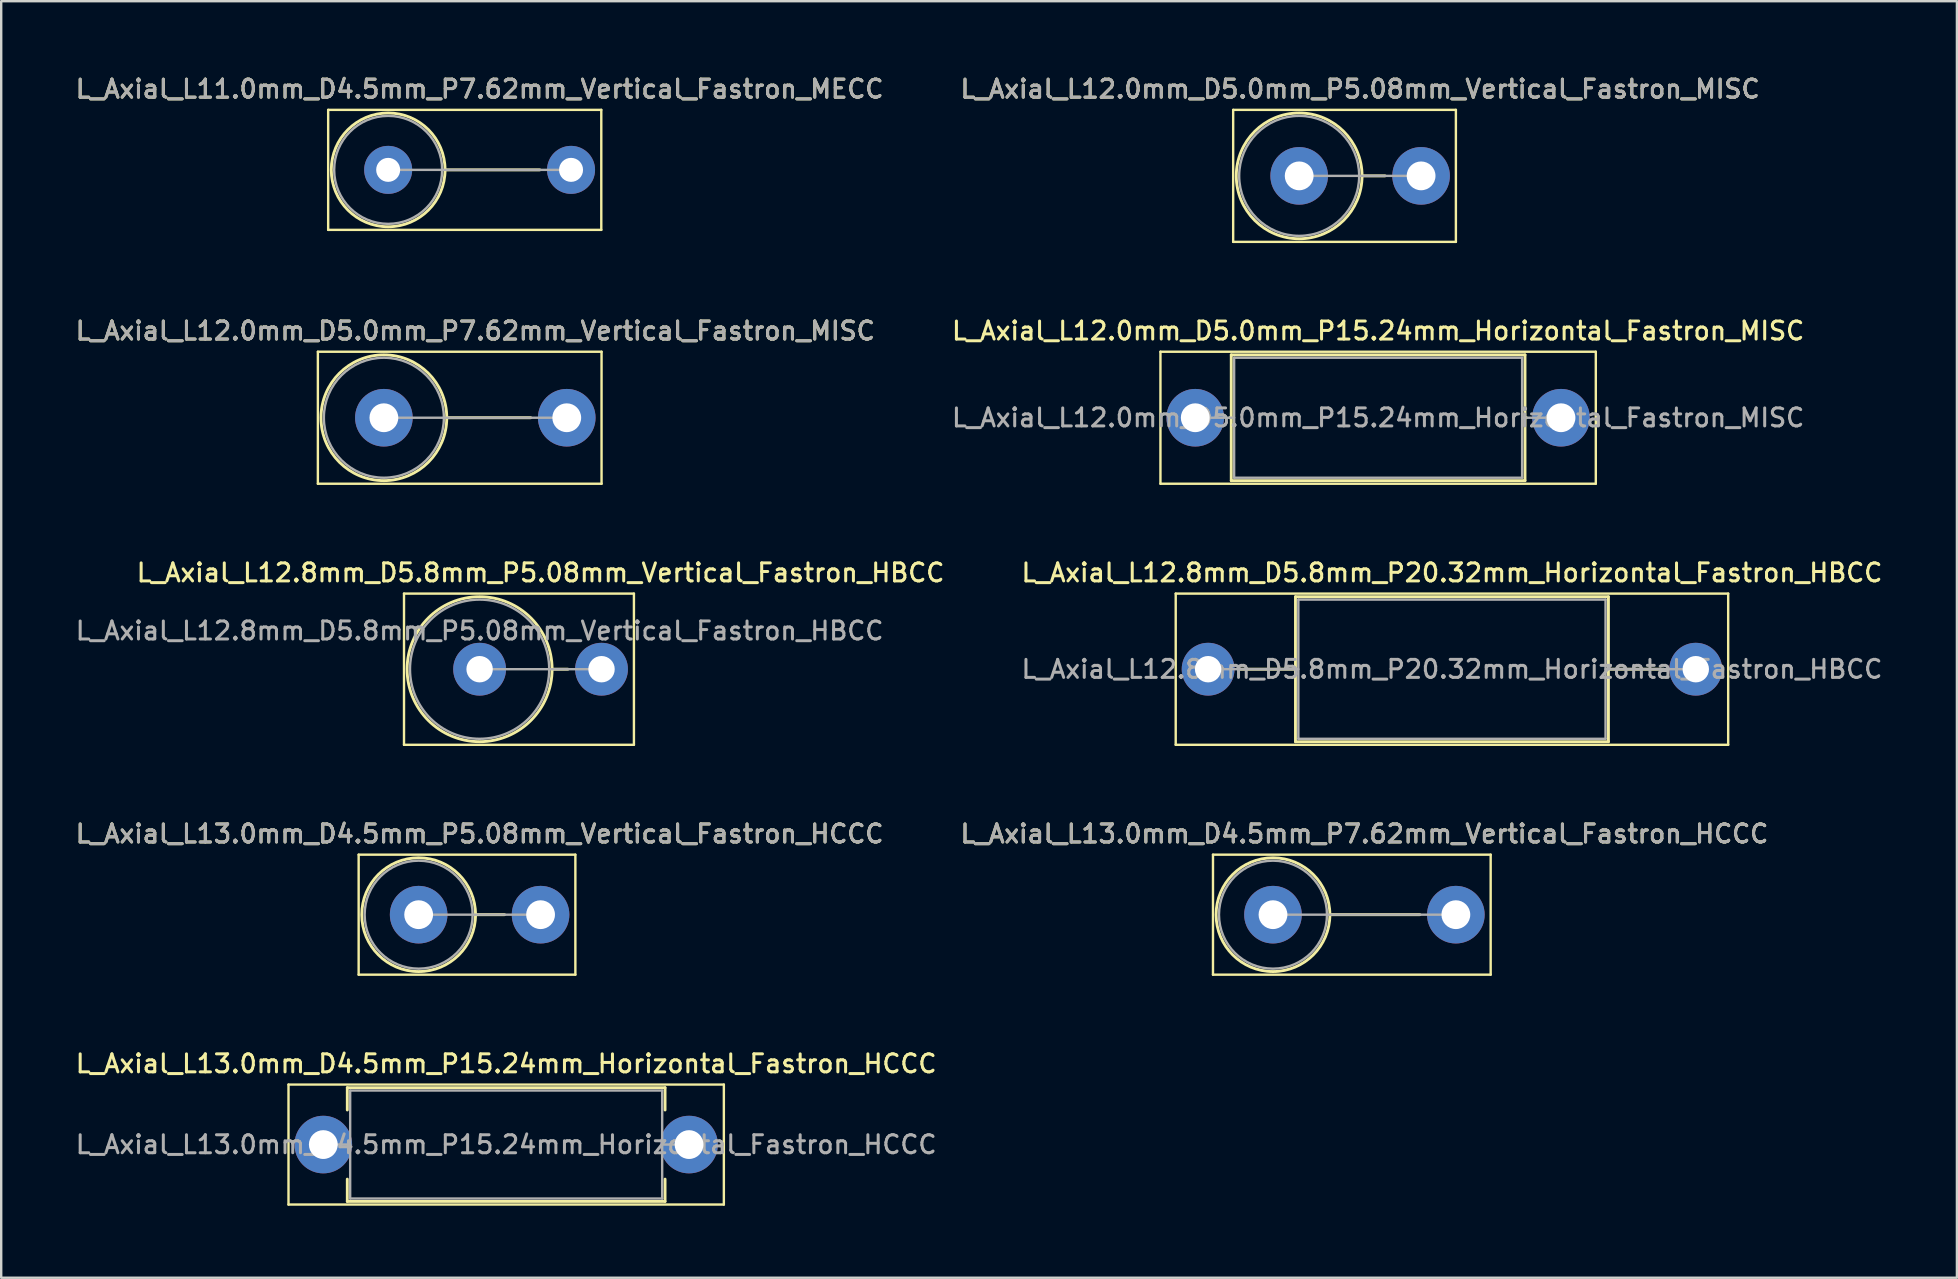
<source format=kicad_pcb>
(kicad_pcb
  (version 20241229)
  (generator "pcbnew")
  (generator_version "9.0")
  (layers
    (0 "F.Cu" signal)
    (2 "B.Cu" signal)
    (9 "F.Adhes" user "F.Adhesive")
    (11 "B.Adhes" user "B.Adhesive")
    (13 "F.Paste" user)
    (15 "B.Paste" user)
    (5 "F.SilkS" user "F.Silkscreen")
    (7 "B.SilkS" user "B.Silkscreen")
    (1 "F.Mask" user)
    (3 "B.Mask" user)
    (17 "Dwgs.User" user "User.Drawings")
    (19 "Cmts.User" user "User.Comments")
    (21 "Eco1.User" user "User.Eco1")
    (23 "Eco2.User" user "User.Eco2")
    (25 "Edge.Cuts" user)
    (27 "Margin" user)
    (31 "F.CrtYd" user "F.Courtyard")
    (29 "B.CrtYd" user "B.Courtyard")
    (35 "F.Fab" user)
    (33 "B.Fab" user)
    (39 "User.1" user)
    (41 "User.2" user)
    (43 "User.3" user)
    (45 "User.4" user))
  (footprint "L_Axial_L12.0mm_D5.0mm_P7.62mm_Vertical_Fastron_MISC"
    (layer "F.Cu")
    (at 12.945 14.356)
    (property "Reference" "L_Axial_L12.0mm_D5.0mm_P7.62mm_Vertical_Fastron_MISC" (at 3.81 -3.62 0) (layer "F.SilkS") (effects (font (size 0.75 0.75) (thickness 0.125))))
    (attr through_hole)
    (fp_line (start -2.75 -2.75) (end -2.75 2.75) (stroke (width 0.1) (type solid)) (layer "F.SilkS"))
    (fp_line (start -2.75 2.75) (end 9.07 2.75) (stroke (width 0.1) (type solid)) (layer "F.SilkS"))
    (fp_line (start 2.62 0) (end 6.12 0) (stroke (width 0.12) (type solid)) (layer "F.SilkS"))
    (fp_line (start 9.07 -2.75) (end -2.75 -2.75) (stroke (width 0.1) (type solid)) (layer "F.SilkS"))
    (fp_line (start 9.07 2.75) (end 9.07 -2.75) (stroke (width 0.1) (type solid)) (layer "F.SilkS"))
    (fp_circle (center 0 0) (end 2.62 0) (stroke (width 0.12) (type solid)) (fill no) (layer "F.SilkS"))
    (fp_line (start 0 0) (end 7.62 0) (stroke (width 0.1) (type solid)) (layer "F.Fab"))
    (fp_circle (center 0 0) (end 2.5 0) (stroke (width 0.1) (type solid)) (fill no) (layer "F.Fab"))
    (fp_text user "${REFERENCE}" (at 3.81 -3.62 0) (layer "F.Fab") (effects (font (size 0.75 0.75) (thickness 0.125))))
    (pad "1" thru_hole circle (at 0 0) (size 2.4 2.4) (drill 1.2) (layers "*.Cu" "*.Mask"))
    (pad "2" thru_hole oval (at 7.62 0) (size 2.4 2.4) (drill 1.2) (layers "*.Cu" "*.Mask")))
  (footprint "L_Axial_L12.8mm_D5.8mm_P20.32mm_Horizontal_Fastron_HBCC"
    (layer "F.Cu")
    (at 47.289 24.834)
    (property "Reference" "L_Axial_L12.8mm_D5.8mm_P20.32mm_Horizontal_Fastron_HBCC" (at 10.16 -4.02 0) (layer "F.SilkS") (effects (font (size 0.75 0.75) (thickness 0.125))))
    (attr through_hole)
    (fp_line (start -1.35 -3.15) (end -1.35 3.15) (stroke (width 0.1) (type solid)) (layer "F.SilkS"))
    (fp_line (start -1.35 3.15) (end 21.67 3.15) (stroke (width 0.1) (type solid)) (layer "F.SilkS"))
    (fp_line (start 1.34 0) (end 3.64 0) (stroke (width 0.12) (type solid)) (layer "F.SilkS"))
    (fp_line (start 3.64 -3.02) (end 3.64 3.02) (stroke (width 0.12) (type solid)) (layer "F.SilkS"))
    (fp_line (start 3.64 3.02) (end 16.68 3.02) (stroke (width 0.12) (type solid)) (layer "F.SilkS"))
    (fp_line (start 16.68 -3.02) (end 3.64 -3.02) (stroke (width 0.12) (type solid)) (layer "F.SilkS"))
    (fp_line (start 16.68 3.02) (end 16.68 -3.02) (stroke (width 0.12) (type solid)) (layer "F.SilkS"))
    (fp_line (start 18.98 0) (end 16.68 0) (stroke (width 0.12) (type solid)) (layer "F.SilkS"))
    (fp_line (start 21.67 -3.15) (end -1.35 -3.15) (stroke (width 0.1) (type solid)) (layer "F.SilkS"))
    (fp_line (start 21.67 3.15) (end 21.67 -3.15) (stroke (width 0.1) (type solid)) (layer "F.SilkS"))
    (fp_line (start 0 0) (end 3.76 0) (stroke (width 0.1) (type solid)) (layer "F.Fab"))
    (fp_line (start 3.76 -2.9) (end 3.76 2.9) (stroke (width 0.1) (type solid)) (layer "F.Fab"))
    (fp_line (start 3.76 2.9) (end 16.56 2.9) (stroke (width 0.1) (type solid)) (layer "F.Fab"))
    (fp_line (start 16.56 -2.9) (end 3.76 -2.9) (stroke (width 0.1) (type solid)) (layer "F.Fab"))
    (fp_line (start 16.56 2.9) (end 16.56 -2.9) (stroke (width 0.1) (type solid)) (layer "F.Fab"))
    (fp_line (start 20.32 0) (end 16.56 0) (stroke (width 0.1) (type solid)) (layer "F.Fab"))
    (fp_text user "${REFERENCE}" (at 10.16 0 0) (layer "F.Fab") (effects (font (size 0.75 0.75) (thickness 0.125))))
    (pad "1" thru_hole circle (at 0 0) (size 2.2 2.2) (drill 1.1) (layers "*.Cu" "*.Mask"))
    (pad "2" thru_hole oval (at 20.32 0) (size 2.2 2.2) (drill 1.1) (layers "*.Cu" "*.Mask")))
  (footprint "L_Axial_L12.8mm_D5.8mm_P5.08mm_Vertical_Fastron_HBCC"
    (layer "F.Cu")
    (at 16.934 24.834)
    (property "Reference" "L_Axial_L12.8mm_D5.8mm_P5.08mm_Vertical_Fastron_HBCC" (at 2.54 -4.02 0) (layer "F.SilkS") (effects (font (size 0.75 0.75) (thickness 0.125))))
    (attr through_hole)
    (fp_line (start -3.15 -3.15) (end -3.15 3.15) (stroke (width 0.1) (type solid)) (layer "F.SilkS"))
    (fp_line (start -3.15 3.15) (end 6.43 3.15) (stroke (width 0.1) (type solid)) (layer "F.SilkS"))
    (fp_line (start 3.02 0) (end 3.68 0) (stroke (width 0.12) (type solid)) (layer "F.SilkS"))
    (fp_line (start 6.43 -3.15) (end -3.15 -3.15) (stroke (width 0.1) (type solid)) (layer "F.SilkS"))
    (fp_line (start 6.43 3.15) (end 6.43 -3.15) (stroke (width 0.1) (type solid)) (layer "F.SilkS"))
    (fp_circle (center 0 0) (end 3.02 0) (stroke (width 0.12) (type solid)) (fill no) (layer "F.SilkS"))
    (fp_line (start 0 0) (end 5.08 0) (stroke (width 0.1) (type solid)) (layer "F.Fab"))
    (fp_circle (center 0 0) (end 2.9 0) (stroke (width 0.1) (type solid)) (fill no) (layer "F.Fab"))
    (fp_text user "${REFERENCE}" (at 0 -1.6 0) (layer "F.Fab") (effects (font (size 0.75 0.75) (thickness 0.125))))
    (pad "1" thru_hole circle (at 0 0) (size 2.2 2.2) (drill 1.1) (layers "*.Cu" "*.Mask"))
    (pad "2" thru_hole oval (at 5.08 0) (size 2.2 2.2) (drill 1.1) (layers "*.Cu" "*.Mask")))
  (footprint "L_Axial_L13.0mm_D4.5mm_P7.62mm_Vertical_Fastron_HCCC"
    (layer "F.Cu")
    (at 49.992 35.062)
    (property "Reference" "L_Axial_L13.0mm_D4.5mm_P7.62mm_Vertical_Fastron_HCCC" (at 3.81 -3.37 0) (layer "F.SilkS") (effects (font (size 0.75 0.75) (thickness 0.125))))
    (attr through_hole)
    (fp_line (start -2.5 -2.5) (end -2.5 2.5) (stroke (width 0.1) (type solid)) (layer "F.SilkS"))
    (fp_line (start -2.5 2.5) (end 9.07 2.5) (stroke (width 0.1) (type solid)) (layer "F.SilkS"))
    (fp_line (start 2.37 0) (end 6.12 0) (stroke (width 0.12) (type solid)) (layer "F.SilkS"))
    (fp_line (start 9.07 -2.5) (end -2.5 -2.5) (stroke (width 0.1) (type solid)) (layer "F.SilkS"))
    (fp_line (start 9.07 2.5) (end 9.07 -2.5) (stroke (width 0.1) (type solid)) (layer "F.SilkS"))
    (fp_circle (center 0 0) (end 2.37 0) (stroke (width 0.12) (type solid)) (fill no) (layer "F.SilkS"))
    (fp_line (start 0 0) (end 7.62 0) (stroke (width 0.1) (type solid)) (layer "F.Fab"))
    (fp_circle (center 0 0) (end 2.25 0) (stroke (width 0.1) (type solid)) (fill no) (layer "F.Fab"))
    (fp_text user "${REFERENCE}" (at 3.81 -3.37 0) (layer "F.Fab") (effects (font (size 0.75 0.75) (thickness 0.125))))
    (pad "1" thru_hole circle (at 0 0) (size 2.4 2.4) (drill 1.2) (layers "*.Cu" "*.Mask"))
    (pad "2" thru_hole oval (at 7.62 0) (size 2.4 2.4) (drill 1.2) (layers "*.Cu" "*.Mask")))
  (footprint "L_Axial_L11.0mm_D4.5mm_P7.62mm_Vertical_Fastron_MECC"
    (layer "F.Cu")
    (at 13.124 4.028)
    (property "Reference" "L_Axial_L11.0mm_D4.5mm_P7.62mm_Vertical_Fastron_MECC" (at 3.81 -3.37 0) (layer "F.SilkS") (effects (font (size 0.75 0.75) (thickness 0.125))))
    (attr through_hole)
    (fp_line (start -2.5 -2.5) (end -2.5 2.5) (stroke (width 0.1) (type solid)) (layer "F.SilkS"))
    (fp_line (start -2.5 2.5) (end 8.88 2.5) (stroke (width 0.1) (type solid)) (layer "F.SilkS"))
    (fp_line (start 2.37 0) (end 6.32 0) (stroke (width 0.12) (type solid)) (layer "F.SilkS"))
    (fp_line (start 8.88 -2.5) (end -2.5 -2.5) (stroke (width 0.1) (type solid)) (layer "F.SilkS"))
    (fp_line (start 8.88 2.5) (end 8.88 -2.5) (stroke (width 0.1) (type solid)) (layer "F.SilkS"))
    (fp_circle (center 0 0) (end 2.37 0) (stroke (width 0.12) (type solid)) (fill no) (layer "F.SilkS"))
    (fp_line (start 0 0) (end 7.62 0) (stroke (width 0.1) (type solid)) (layer "F.Fab"))
    (fp_circle (center 0 0) (end 2.25 0) (stroke (width 0.1) (type solid)) (fill no) (layer "F.Fab"))
    (fp_text user "${REFERENCE}" (at 3.81 -3.37 0) (layer "F.Fab") (effects (font (size 0.75 0.75) (thickness 0.125))))
    (pad "1" thru_hole circle (at 0 0) (size 2 2) (drill 1) (layers "*.Cu" "*.Mask"))
    (pad "2" thru_hole oval (at 7.62 0) (size 2 2) (drill 1) (layers "*.Cu" "*.Mask")))
  (footprint "L_Axial_L13.0mm_D4.5mm_P15.24mm_Horizontal_Fastron_HCCC"
    (layer "F.Cu")
    (at 10.421 44.641)
    (property "Reference" "L_Axial_L13.0mm_D4.5mm_P15.24mm_Horizontal_Fastron_HCCC" (at 7.62 -3.37 0) (layer "F.SilkS") (effects (font (size 0.75 0.75) (thickness 0.125))))
    (attr through_hole)
    (fp_line (start -1.45 -2.5) (end -1.45 2.5) (stroke (width 0.1) (type solid)) (layer "F.SilkS"))
    (fp_line (start -1.45 2.5) (end 16.69 2.5) (stroke (width 0.1) (type solid)) (layer "F.SilkS"))
    (fp_line (start 1 -2.37) (end 14.24 -2.37) (stroke (width 0.12) (type solid)) (layer "F.SilkS"))
    (fp_line (start 1 -1.44) (end 1 -2.37) (stroke (width 0.12) (type solid)) (layer "F.SilkS"))
    (fp_line (start 1 1.44) (end 1 2.37) (stroke (width 0.12) (type solid)) (layer "F.SilkS"))
    (fp_line (start 1 2.37) (end 14.24 2.37) (stroke (width 0.12) (type solid)) (layer "F.SilkS"))
    (fp_line (start 14.24 -2.37) (end 14.24 -1.44) (stroke (width 0.12) (type solid)) (layer "F.SilkS"))
    (fp_line (start 14.24 2.37) (end 14.24 1.44) (stroke (width 0.12) (type solid)) (layer "F.SilkS"))
    (fp_line (start 16.69 -2.5) (end -1.45 -2.5) (stroke (width 0.1) (type solid)) (layer "F.SilkS"))
    (fp_line (start 16.69 2.5) (end 16.69 -2.5) (stroke (width 0.1) (type solid)) (layer "F.SilkS"))
    (fp_line (start 0 0) (end 1.12 0) (stroke (width 0.1) (type solid)) (layer "F.Fab"))
    (fp_line (start 1.12 -2.25) (end 1.12 2.25) (stroke (width 0.1) (type solid)) (layer "F.Fab"))
    (fp_line (start 1.12 2.25) (end 14.12 2.25) (stroke (width 0.1) (type solid)) (layer "F.Fab"))
    (fp_line (start 14.12 -2.25) (end 1.12 -2.25) (stroke (width 0.1) (type solid)) (layer "F.Fab"))
    (fp_line (start 14.12 2.25) (end 14.12 -2.25) (stroke (width 0.1) (type solid)) (layer "F.Fab"))
    (fp_line (start 15.24 0) (end 14.12 0) (stroke (width 0.1) (type solid)) (layer "F.Fab"))
    (fp_text user "${REFERENCE}" (at 7.62 0 0) (layer "F.Fab") (effects (font (size 0.75 0.75) (thickness 0.125))))
    (pad "1" thru_hole circle (at 0 0) (size 2.4 2.4) (drill 1.2) (layers "*.Cu" "*.Mask"))
    (pad "2" thru_hole oval (at 15.24 0) (size 2.4 2.4) (drill 1.2) (layers "*.Cu" "*.Mask")))
  (footprint "L_Axial_L12.0mm_D5.0mm_P15.24mm_Horizontal_Fastron_MISC"
    (layer "F.Cu")
    (at 46.753 14.356)
    (property "Reference" "L_Axial_L12.0mm_D5.0mm_P15.24mm_Horizontal_Fastron_MISC" (at 7.62 -3.62 0) (layer "F.SilkS") (effects (font (size 0.75 0.75) (thickness 0.125))))
    (attr through_hole)
    (fp_line (start -1.45 -2.75) (end -1.45 2.75) (stroke (width 0.1) (type solid)) (layer "F.SilkS"))
    (fp_line (start -1.45 2.75) (end 16.69 2.75) (stroke (width 0.1) (type solid)) (layer "F.SilkS"))
    (fp_line (start 1.44 0) (end 1.5 0) (stroke (width 0.12) (type solid)) (layer "F.SilkS"))
    (fp_line (start 1.5 -2.62) (end 1.5 2.62) (stroke (width 0.12) (type solid)) (layer "F.SilkS"))
    (fp_line (start 1.5 2.62) (end 13.74 2.62) (stroke (width 0.12) (type solid)) (layer "F.SilkS"))
    (fp_line (start 13.74 -2.62) (end 1.5 -2.62) (stroke (width 0.12) (type solid)) (layer "F.SilkS"))
    (fp_line (start 13.74 2.62) (end 13.74 -2.62) (stroke (width 0.12) (type solid)) (layer "F.SilkS"))
    (fp_line (start 13.8 0) (end 13.74 0) (stroke (width 0.12) (type solid)) (layer "F.SilkS"))
    (fp_line (start 16.69 -2.75) (end -1.45 -2.75) (stroke (width 0.1) (type solid)) (layer "F.SilkS"))
    (fp_line (start 16.69 2.75) (end 16.69 -2.75) (stroke (width 0.1) (type solid)) (layer "F.SilkS"))
    (fp_line (start 0 0) (end 1.62 0) (stroke (width 0.1) (type solid)) (layer "F.Fab"))
    (fp_line (start 1.62 -2.5) (end 1.62 2.5) (stroke (width 0.1) (type solid)) (layer "F.Fab"))
    (fp_line (start 1.62 2.5) (end 13.62 2.5) (stroke (width 0.1) (type solid)) (layer "F.Fab"))
    (fp_line (start 13.62 -2.5) (end 1.62 -2.5) (stroke (width 0.1) (type solid)) (layer "F.Fab"))
    (fp_line (start 13.62 2.5) (end 13.62 -2.5) (stroke (width 0.1) (type solid)) (layer "F.Fab"))
    (fp_line (start 15.24 0) (end 13.62 0) (stroke (width 0.1) (type solid)) (layer "F.Fab"))
    (fp_text user "${REFERENCE}" (at 7.62 0 0) (layer "F.Fab") (effects (font (size 0.75 0.75) (thickness 0.125))))
    (pad "1" thru_hole circle (at 0 0) (size 2.4 2.4) (drill 1.2) (layers "*.Cu" "*.Mask"))
    (pad "2" thru_hole oval (at 15.24 0) (size 2.4 2.4) (drill 1.2) (layers "*.Cu" "*.Mask")))
  (footprint "L_Axial_L13.0mm_D4.5mm_P5.08mm_Vertical_Fastron_HCCC"
    (layer "F.Cu")
    (at 14.394 35.062)
    (property "Reference" "L_Axial_L13.0mm_D4.5mm_P5.08mm_Vertical_Fastron_HCCC" (at 2.54 -3.37 0) (layer "F.SilkS") (effects (font (size 0.75 0.75) (thickness 0.125))))
    (attr through_hole)
    (fp_line (start -2.5 -2.5) (end -2.5 2.5) (stroke (width 0.1) (type solid)) (layer "F.SilkS"))
    (fp_line (start -2.5 2.5) (end 6.53 2.5) (stroke (width 0.1) (type solid)) (layer "F.SilkS"))
    (fp_line (start 2.37 0) (end 3.58 0) (stroke (width 0.12) (type solid)) (layer "F.SilkS"))
    (fp_line (start 6.53 -2.5) (end -2.5 -2.5) (stroke (width 0.1) (type solid)) (layer "F.SilkS"))
    (fp_line (start 6.53 2.5) (end 6.53 -2.5) (stroke (width 0.1) (type solid)) (layer "F.SilkS"))
    (fp_circle (center 0 0) (end 2.37 0) (stroke (width 0.12) (type solid)) (fill no) (layer "F.SilkS"))
    (fp_line (start 0 0) (end 5.08 0) (stroke (width 0.1) (type solid)) (layer "F.Fab"))
    (fp_circle (center 0 0) (end 2.25 0) (stroke (width 0.1) (type solid)) (fill no) (layer "F.Fab"))
    (fp_text user "${REFERENCE}" (at 2.54 -3.37 0) (layer "F.Fab") (effects (font (size 0.75 0.75) (thickness 0.125))))
    (pad "1" thru_hole circle (at 0 0) (size 2.4 2.4) (drill 1.2) (layers "*.Cu" "*.Mask"))
    (pad "2" thru_hole oval (at 5.08 0) (size 2.4 2.4) (drill 1.2) (layers "*.Cu" "*.Mask")))
  (footprint "L_Axial_L12.0mm_D5.0mm_P5.08mm_Vertical_Fastron_MISC"
    (layer "F.Cu")
    (at 51.083 4.278)
    (property "Reference" "L_Axial_L12.0mm_D5.0mm_P5.08mm_Vertical_Fastron_MISC" (at 2.54 -3.62 0) (layer "F.SilkS") (effects (font (size 0.75 0.75) (thickness 0.125))))
    (attr through_hole)
    (fp_line (start -2.75 -2.75) (end -2.75 2.75) (stroke (width 0.1) (type solid)) (layer "F.SilkS"))
    (fp_line (start -2.75 2.75) (end 6.53 2.75) (stroke (width 0.1) (type solid)) (layer "F.SilkS"))
    (fp_line (start 2.62 0) (end 3.58 0) (stroke (width 0.12) (type solid)) (layer "F.SilkS"))
    (fp_line (start 6.53 -2.75) (end -2.75 -2.75) (stroke (width 0.1) (type solid)) (layer "F.SilkS"))
    (fp_line (start 6.53 2.75) (end 6.53 -2.75) (stroke (width 0.1) (type solid)) (layer "F.SilkS"))
    (fp_circle (center 0 0) (end 2.62 0) (stroke (width 0.12) (type solid)) (fill no) (layer "F.SilkS"))
    (fp_line (start 0 0) (end 5.08 0) (stroke (width 0.1) (type solid)) (layer "F.Fab"))
    (fp_circle (center 0 0) (end 2.5 0) (stroke (width 0.1) (type solid)) (fill no) (layer "F.Fab"))
    (fp_text user "${REFERENCE}" (at 2.54 -3.62 0) (layer "F.Fab") (effects (font (size 0.75 0.75) (thickness 0.125))))
    (pad "1" thru_hole circle (at 0 0) (size 2.4 2.4) (drill 1.2) (layers "*.Cu" "*.Mask"))
    (pad "2" thru_hole oval (at 5.08 0) (size 2.4 2.4) (drill 1.2) (layers "*.Cu" "*.Mask")))
  (gr_rect
    (start -3 -3)
    (end 78.49 50.191)
    (stroke (width 0.1) (type default))
    (fill no)
    (layer "Edge.Cuts")))
</source>
